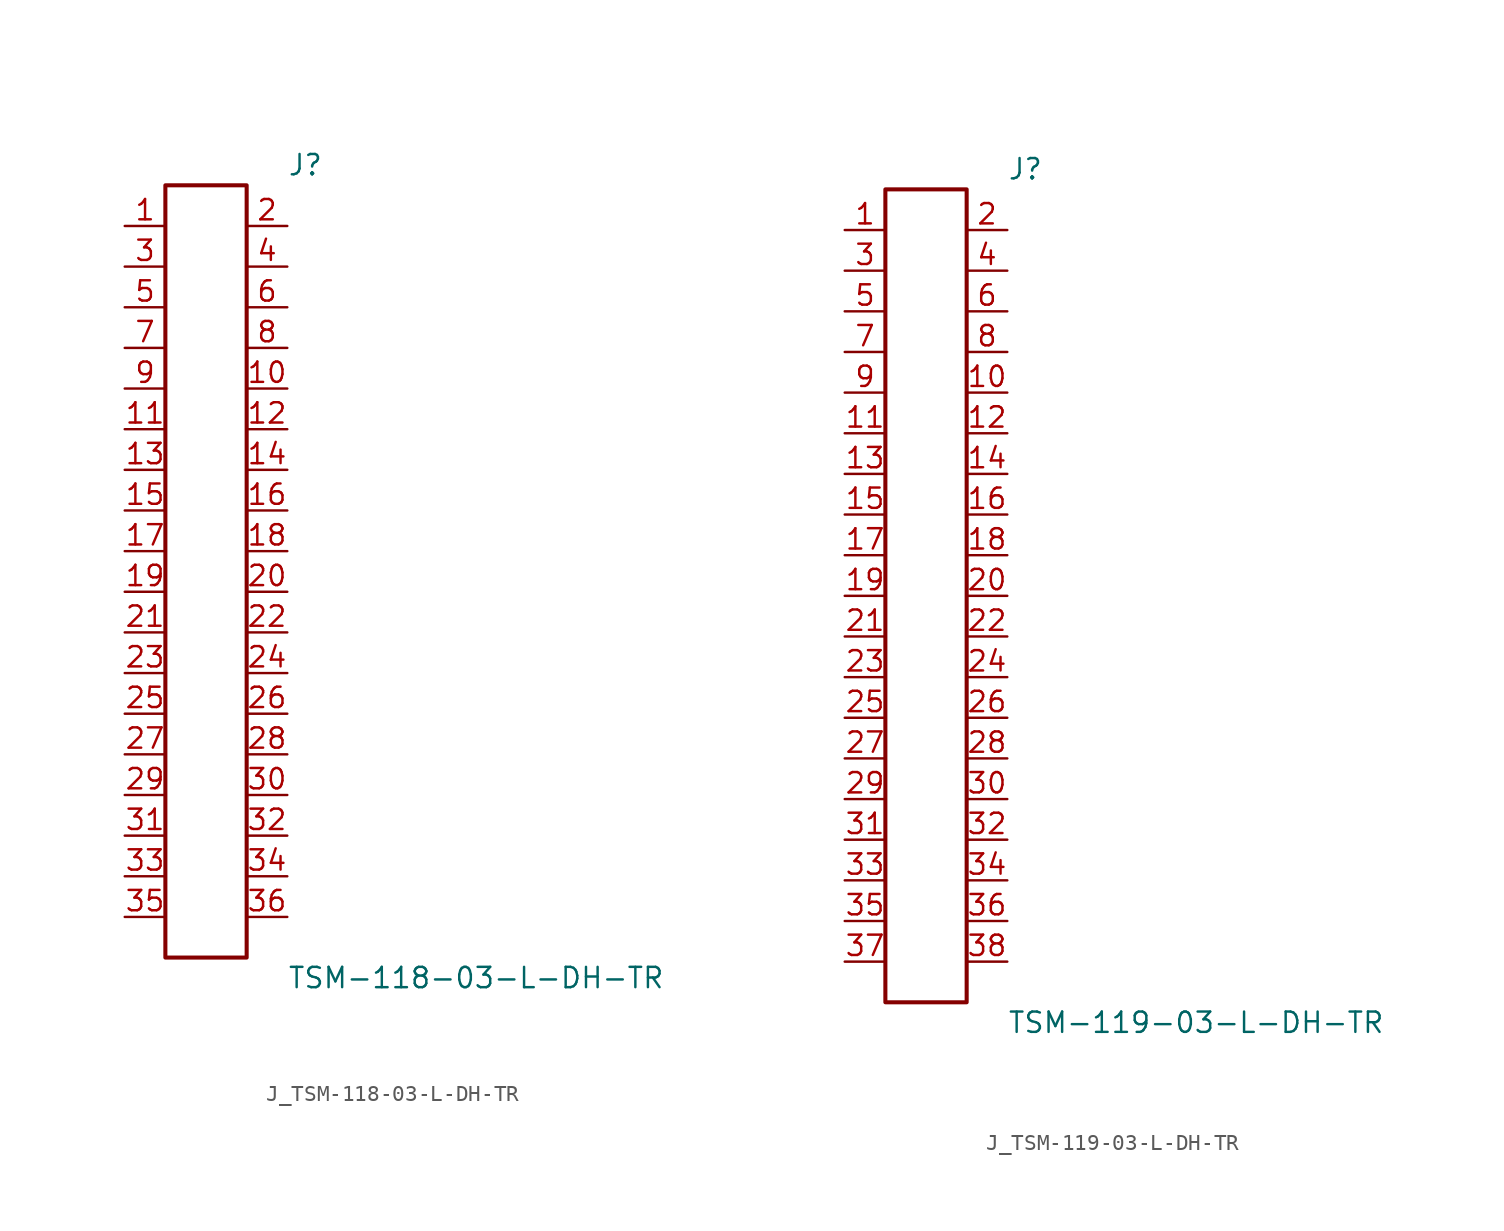
<source format=kicad_sym>
(kicad_symbol_lib
  (version 20231120)
  (generator kicad_symbol_editor)
  (generator_version 8.0)
  (symbol "J_TSM-118-03-L-DH-TR"
    (pin_names
      (offset 0.254))
    (property "Reference" "J"
      (at 5.08 25.4 0)
      (effects (font (size 1.27 1.27)) (justify left)))
    (property "Value" "TSM-118-03-L-DH-TR"
      (at 5.08 -25.4 0)
      (effects (font (size 1.27 1.27)) (justify left)))
    (symbol "J_TSM-118-03-L-DH-TR_0_0"
      (pin passive line (at -5.08 21.59 0) (length 2.54) (name "" (effects (font (size 1.27 1.27)))) (number "1" (effects (font (size 1.27 1.27)))))
      (pin passive line (at 5.08 21.59 180) (length 2.54) (name "" (effects (font (size 1.27 1.27)))) (number "2" (effects (font (size 1.27 1.27)))))
      (pin passive line (at -5.08 19.05 0) (length 2.54) (name "" (effects (font (size 1.27 1.27)))) (number "3" (effects (font (size 1.27 1.27)))))
      (pin passive line (at 5.08 19.05 180) (length 2.54) (name "" (effects (font (size 1.27 1.27)))) (number "4" (effects (font (size 1.27 1.27)))))
      (pin passive line (at -5.08 16.51 0) (length 2.54) (name "" (effects (font (size 1.27 1.27)))) (number "5" (effects (font (size 1.27 1.27)))))
      (pin passive line (at 5.08 16.51 180) (length 2.54) (name "" (effects (font (size 1.27 1.27)))) (number "6" (effects (font (size 1.27 1.27)))))
      (pin passive line (at -5.08 13.97 0) (length 2.54) (name "" (effects (font (size 1.27 1.27)))) (number "7" (effects (font (size 1.27 1.27)))))
      (pin passive line (at 5.08 13.97 180) (length 2.54) (name "" (effects (font (size 1.27 1.27)))) (number "8" (effects (font (size 1.27 1.27)))))
      (pin passive line (at -5.08 11.43 0) (length 2.54) (name "" (effects (font (size 1.27 1.27)))) (number "9" (effects (font (size 1.27 1.27)))))
      (pin passive line (at 5.08 11.43 180) (length 2.54) (name "" (effects (font (size 1.27 1.27)))) (number "10" (effects (font (size 1.27 1.27)))))
      (pin passive line (at -5.08 8.89 0) (length 2.54) (name "" (effects (font (size 1.27 1.27)))) (number "11" (effects (font (size 1.27 1.27)))))
      (pin passive line (at 5.08 8.89 180) (length 2.54) (name "" (effects (font (size 1.27 1.27)))) (number "12" (effects (font (size 1.27 1.27)))))
      (pin passive line (at -5.08 6.35 0) (length 2.54) (name "" (effects (font (size 1.27 1.27)))) (number "13" (effects (font (size 1.27 1.27)))))
      (pin passive line (at 5.08 6.35 180) (length 2.54) (name "" (effects (font (size 1.27 1.27)))) (number "14" (effects (font (size 1.27 1.27)))))
      (pin passive line (at -5.08 3.81 0) (length 2.54) (name "" (effects (font (size 1.27 1.27)))) (number "15" (effects (font (size 1.27 1.27)))))
      (pin passive line (at 5.08 3.81 180) (length 2.54) (name "" (effects (font (size 1.27 1.27)))) (number "16" (effects (font (size 1.27 1.27)))))
      (pin passive line (at -5.08 1.27 0) (length 2.54) (name "" (effects (font (size 1.27 1.27)))) (number "17" (effects (font (size 1.27 1.27)))))
      (pin passive line (at 5.08 1.27 180) (length 2.54) (name "" (effects (font (size 1.27 1.27)))) (number "18" (effects (font (size 1.27 1.27)))))
      (pin passive line (at -5.08 -1.27 0) (length 2.54) (name "" (effects (font (size 1.27 1.27)))) (number "19" (effects (font (size 1.27 1.27)))))
      (pin passive line (at 5.08 -1.27 180) (length 2.54) (name "" (effects (font (size 1.27 1.27)))) (number "20" (effects (font (size 1.27 1.27)))))
      (pin passive line (at -5.08 -3.81 0) (length 2.54) (name "" (effects (font (size 1.27 1.27)))) (number "21" (effects (font (size 1.27 1.27)))))
      (pin passive line (at 5.08 -3.81 180) (length 2.54) (name "" (effects (font (size 1.27 1.27)))) (number "22" (effects (font (size 1.27 1.27)))))
      (pin passive line (at -5.08 -6.35 0) (length 2.54) (name "" (effects (font (size 1.27 1.27)))) (number "23" (effects (font (size 1.27 1.27)))))
      (pin passive line (at 5.08 -6.35 180) (length 2.54) (name "" (effects (font (size 1.27 1.27)))) (number "24" (effects (font (size 1.27 1.27)))))
      (pin passive line (at -5.08 -8.89 0) (length 2.54) (name "" (effects (font (size 1.27 1.27)))) (number "25" (effects (font (size 1.27 1.27)))))
      (pin passive line (at 5.08 -8.89 180) (length 2.54) (name "" (effects (font (size 1.27 1.27)))) (number "26" (effects (font (size 1.27 1.27)))))
      (pin passive line (at -5.08 -11.43 0) (length 2.54) (name "" (effects (font (size 1.27 1.27)))) (number "27" (effects (font (size 1.27 1.27)))))
      (pin passive line (at 5.08 -11.43 180) (length 2.54) (name "" (effects (font (size 1.27 1.27)))) (number "28" (effects (font (size 1.27 1.27)))))
      (pin passive line (at -5.08 -13.97 0) (length 2.54) (name "" (effects (font (size 1.27 1.27)))) (number "29" (effects (font (size 1.27 1.27)))))
      (pin passive line (at 5.08 -13.97 180) (length 2.54) (name "" (effects (font (size 1.27 1.27)))) (number "30" (effects (font (size 1.27 1.27)))))
      (pin passive line (at -5.08 -16.51 0) (length 2.54) (name "" (effects (font (size 1.27 1.27)))) (number "31" (effects (font (size 1.27 1.27)))))
      (pin passive line (at 5.08 -16.51 180) (length 2.54) (name "" (effects (font (size 1.27 1.27)))) (number "32" (effects (font (size 1.27 1.27)))))
      (pin passive line (at -5.08 -19.05 0) (length 2.54) (name "" (effects (font (size 1.27 1.27)))) (number "33" (effects (font (size 1.27 1.27)))))
      (pin passive line (at 5.08 -19.05 180) (length 2.54) (name "" (effects (font (size 1.27 1.27)))) (number "34" (effects (font (size 1.27 1.27)))))
      (pin passive line (at -5.08 -21.59 0) (length 2.54) (name "" (effects (font (size 1.27 1.27)))) (number "35" (effects (font (size 1.27 1.27)))))
      (pin passive line (at 5.08 -21.59 180) (length 2.54) (name "" (effects (font (size 1.27 1.27)))) (number "36" (effects (font (size 1.27 1.27))))))
    (symbol "J_TSM-118-03-L-DH-TR_1_0"
      (rectangle (start -2.54 24.13) (end 2.54 -24.13) (stroke (width 0.254) (type solid)) (fill (type none)))))
  (symbol "J_TSM-119-03-L-DH-TR"
    (pin_names
      (offset 0.254))
    (property "Reference" "J"
      (at 5.08 26.67 0)
      (effects (font (size 1.27 1.27)) (justify left)))
    (property "Value" "TSM-119-03-L-DH-TR"
      (at 5.08 -26.67 0)
      (effects (font (size 1.27 1.27)) (justify left)))
    (symbol "J_TSM-119-03-L-DH-TR_0_0"
      (pin passive line (at -5.08 22.86 0) (length 2.54) (name "" (effects (font (size 1.27 1.27)))) (number "1" (effects (font (size 1.27 1.27)))))
      (pin passive line (at 5.08 22.86 180) (length 2.54) (name "" (effects (font (size 1.27 1.27)))) (number "2" (effects (font (size 1.27 1.27)))))
      (pin passive line (at -5.08 20.32 0) (length 2.54) (name "" (effects (font (size 1.27 1.27)))) (number "3" (effects (font (size 1.27 1.27)))))
      (pin passive line (at 5.08 20.32 180) (length 2.54) (name "" (effects (font (size 1.27 1.27)))) (number "4" (effects (font (size 1.27 1.27)))))
      (pin passive line (at -5.08 17.78 0) (length 2.54) (name "" (effects (font (size 1.27 1.27)))) (number "5" (effects (font (size 1.27 1.27)))))
      (pin passive line (at 5.08 17.78 180) (length 2.54) (name "" (effects (font (size 1.27 1.27)))) (number "6" (effects (font (size 1.27 1.27)))))
      (pin passive line (at -5.08 15.24 0) (length 2.54) (name "" (effects (font (size 1.27 1.27)))) (number "7" (effects (font (size 1.27 1.27)))))
      (pin passive line (at 5.08 15.24 180) (length 2.54) (name "" (effects (font (size 1.27 1.27)))) (number "8" (effects (font (size 1.27 1.27)))))
      (pin passive line (at -5.08 12.7 0) (length 2.54) (name "" (effects (font (size 1.27 1.27)))) (number "9" (effects (font (size 1.27 1.27)))))
      (pin passive line (at 5.08 12.7 180) (length 2.54) (name "" (effects (font (size 1.27 1.27)))) (number "10" (effects (font (size 1.27 1.27)))))
      (pin passive line (at -5.08 10.16 0) (length 2.54) (name "" (effects (font (size 1.27 1.27)))) (number "11" (effects (font (size 1.27 1.27)))))
      (pin passive line (at 5.08 10.16 180) (length 2.54) (name "" (effects (font (size 1.27 1.27)))) (number "12" (effects (font (size 1.27 1.27)))))
      (pin passive line (at -5.08 7.62 0) (length 2.54) (name "" (effects (font (size 1.27 1.27)))) (number "13" (effects (font (size 1.27 1.27)))))
      (pin passive line (at 5.08 7.62 180) (length 2.54) (name "" (effects (font (size 1.27 1.27)))) (number "14" (effects (font (size 1.27 1.27)))))
      (pin passive line (at -5.08 5.08 0) (length 2.54) (name "" (effects (font (size 1.27 1.27)))) (number "15" (effects (font (size 1.27 1.27)))))
      (pin passive line (at 5.08 5.08 180) (length 2.54) (name "" (effects (font (size 1.27 1.27)))) (number "16" (effects (font (size 1.27 1.27)))))
      (pin passive line (at -5.08 2.54 0) (length 2.54) (name "" (effects (font (size 1.27 1.27)))) (number "17" (effects (font (size 1.27 1.27)))))
      (pin passive line (at 5.08 2.54 180) (length 2.54) (name "" (effects (font (size 1.27 1.27)))) (number "18" (effects (font (size 1.27 1.27)))))
      (pin passive line (at -5.08 0.0 0) (length 2.54) (name "" (effects (font (size 1.27 1.27)))) (number "19" (effects (font (size 1.27 1.27)))))
      (pin passive line (at 5.08 0.0 180) (length 2.54) (name "" (effects (font (size 1.27 1.27)))) (number "20" (effects (font (size 1.27 1.27)))))
      (pin passive line (at -5.08 -2.54 0) (length 2.54) (name "" (effects (font (size 1.27 1.27)))) (number "21" (effects (font (size 1.27 1.27)))))
      (pin passive line (at 5.08 -2.54 180) (length 2.54) (name "" (effects (font (size 1.27 1.27)))) (number "22" (effects (font (size 1.27 1.27)))))
      (pin passive line (at -5.08 -5.08 0) (length 2.54) (name "" (effects (font (size 1.27 1.27)))) (number "23" (effects (font (size 1.27 1.27)))))
      (pin passive line (at 5.08 -5.08 180) (length 2.54) (name "" (effects (font (size 1.27 1.27)))) (number "24" (effects (font (size 1.27 1.27)))))
      (pin passive line (at -5.08 -7.62 0) (length 2.54) (name "" (effects (font (size 1.27 1.27)))) (number "25" (effects (font (size 1.27 1.27)))))
      (pin passive line (at 5.08 -7.62 180) (length 2.54) (name "" (effects (font (size 1.27 1.27)))) (number "26" (effects (font (size 1.27 1.27)))))
      (pin passive line (at -5.08 -10.16 0) (length 2.54) (name "" (effects (font (size 1.27 1.27)))) (number "27" (effects (font (size 1.27 1.27)))))
      (pin passive line (at 5.08 -10.16 180) (length 2.54) (name "" (effects (font (size 1.27 1.27)))) (number "28" (effects (font (size 1.27 1.27)))))
      (pin passive line (at -5.08 -12.7 0) (length 2.54) (name "" (effects (font (size 1.27 1.27)))) (number "29" (effects (font (size 1.27 1.27)))))
      (pin passive line (at 5.08 -12.7 180) (length 2.54) (name "" (effects (font (size 1.27 1.27)))) (number "30" (effects (font (size 1.27 1.27)))))
      (pin passive line (at -5.08 -15.24 0) (length 2.54) (name "" (effects (font (size 1.27 1.27)))) (number "31" (effects (font (size 1.27 1.27)))))
      (pin passive line (at 5.08 -15.24 180) (length 2.54) (name "" (effects (font (size 1.27 1.27)))) (number "32" (effects (font (size 1.27 1.27)))))
      (pin passive line (at -5.08 -17.78 0) (length 2.54) (name "" (effects (font (size 1.27 1.27)))) (number "33" (effects (font (size 1.27 1.27)))))
      (pin passive line (at 5.08 -17.78 180) (length 2.54) (name "" (effects (font (size 1.27 1.27)))) (number "34" (effects (font (size 1.27 1.27)))))
      (pin passive line (at -5.08 -20.32 0) (length 2.54) (name "" (effects (font (size 1.27 1.27)))) (number "35" (effects (font (size 1.27 1.27)))))
      (pin passive line (at 5.08 -20.32 180) (length 2.54) (name "" (effects (font (size 1.27 1.27)))) (number "36" (effects (font (size 1.27 1.27)))))
      (pin passive line (at -5.08 -22.86 0) (length 2.54) (name "" (effects (font (size 1.27 1.27)))) (number "37" (effects (font (size 1.27 1.27)))))
      (pin passive line (at 5.08 -22.86 180) (length 2.54) (name "" (effects (font (size 1.27 1.27)))) (number "38" (effects (font (size 1.27 1.27))))))
    (symbol "J_TSM-119-03-L-DH-TR_1_0"
      (rectangle (start -2.54 25.4) (end 2.54 -25.4) (stroke (width 0.254) (type solid)) (fill (type none))))))
</source>
